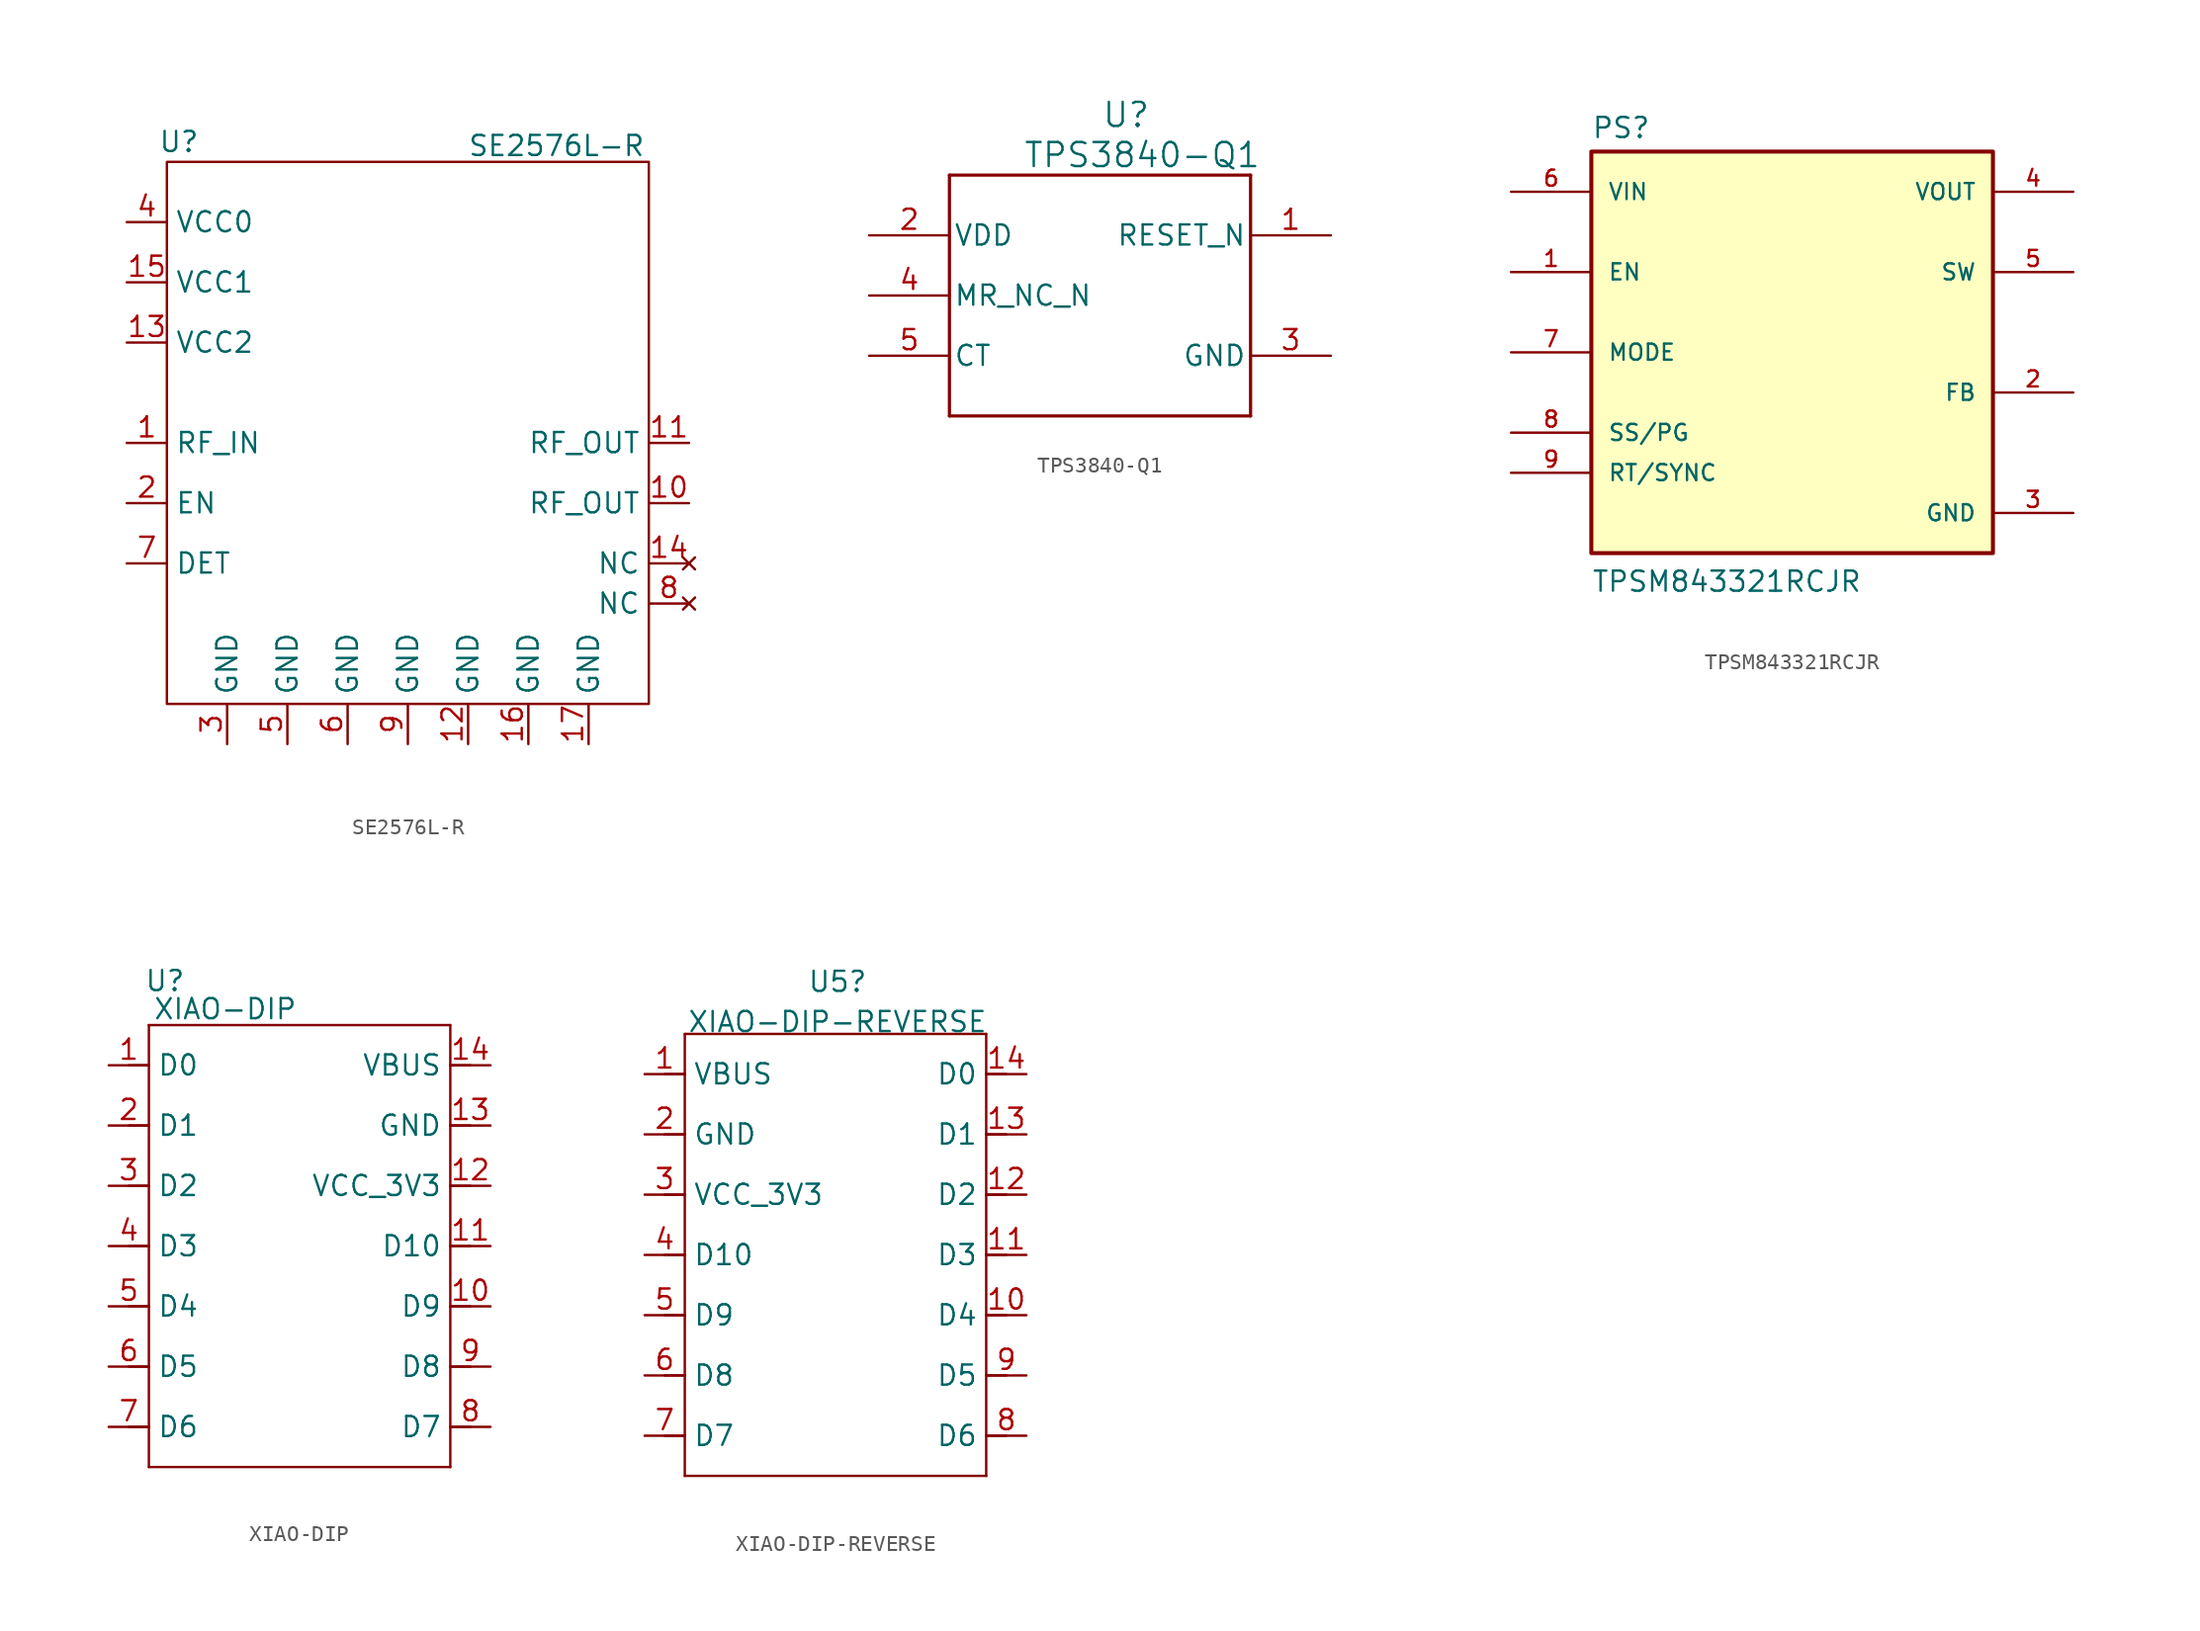
<source format=kicad_sym>
(kicad_symbol_lib
  (version 20241209)
  (generator "kicad_symbol_editor")
  (generator_version "9.0")
  (symbol "SE2576L-R"
    (property "Reference" "U"
      (at -10.668 30.48 0)
      (effects (font (size 1.27 1.27))))
    (property "Value" "SE2576L-R"
      (at 13.208 30.226 0)
      (effects (font (size 1.27 1.27))))
    (symbol "SE2576L-R_1_1"
      (rectangle (start -11.43 29.21) (end 19.05 -5.08) (stroke (width 0) (type solid)) (fill (type none)))
      (pin input line (at -13.97 25.4 0) (length 2.54) (name "VCC0" (effects (font (size 1.27 1.27)))) (number "4" (effects (font (size 1.27 1.27)))))
      (pin input line (at -13.97 21.59 0) (length 2.54) (name "VCC1" (effects (font (size 1.27 1.27)))) (number "15" (effects (font (size 1.27 1.27)))))
      (pin input line (at -13.97 17.78 0) (length 2.54) (name "VCC2" (effects (font (size 1.27 1.27)))) (number "13" (effects (font (size 1.27 1.27)))))
      (pin input line (at -13.97 11.43 0) (length 2.54) (name "RF_IN" (effects (font (size 1.27 1.27)))) (number "1" (effects (font (size 1.27 1.27)))))
      (pin input line (at -13.97 7.62 0) (length 2.54) (name "EN" (effects (font (size 1.27 1.27)))) (number "2" (effects (font (size 1.27 1.27)))))
      (pin input line (at -13.97 3.81 0) (length 2.54) (name "DET" (effects (font (size 1.27 1.27)))) (number "7" (effects (font (size 1.27 1.27)))))
      (pin input line (at -7.62 -7.62 90) (length 2.54) (name "GND" (effects (font (size 1.27 1.27)))) (number "3" (effects (font (size 1.27 1.27)))))
      (pin input line (at -3.81 -7.62 90) (length 2.54) (name "GND" (effects (font (size 1.27 1.27)))) (number "5" (effects (font (size 1.27 1.27)))))
      (pin input line (at 0 -7.62 90) (length 2.54) (name "GND" (effects (font (size 1.27 1.27)))) (number "6" (effects (font (size 1.27 1.27)))))
      (pin input line (at 3.81 -7.62 90) (length 2.54) (name "GND" (effects (font (size 1.27 1.27)))) (number "9" (effects (font (size 1.27 1.27)))))
      (pin input line (at 7.62 -7.62 90) (length 2.54) (name "GND" (effects (font (size 1.27 1.27)))) (number "12" (effects (font (size 1.27 1.27)))))
      (pin input line (at 11.43 -7.62 90) (length 2.54) (name "GND" (effects (font (size 1.27 1.27)))) (number "16" (effects (font (size 1.27 1.27)))))
      (pin input line (at 15.24 -7.62 90) (length 2.54) (name "GND" (effects (font (size 1.27 1.27)))) (number "17" (effects (font (size 1.27 1.27)))))
      (pin output line (at 21.59 11.43 180) (length 2.54) (name "RF_OUT" (effects (font (size 1.27 1.27)))) (number "11" (effects (font (size 1.27 1.27)))))
      (pin output line (at 21.59 7.62 180) (length 2.54) (name "RF_OUT" (effects (font (size 1.27 1.27)))) (number "10" (effects (font (size 1.27 1.27)))))
      (pin no_connect line (at 21.59 3.81 180) (length 2.54) (name "NC" (effects (font (size 1.27 1.27)))) (number "14" (effects (font (size 1.27 1.27)))))
      (pin no_connect line (at 21.59 1.27 180) (length 2.54) (name "NC" (effects (font (size 1.27 1.27)))) (number "8" (effects (font (size 1.27 1.27)))))))
  (symbol "TPS3840-Q1"
    (pin_names
      (offset 0.254))
    (property "Reference" "U"
      (at 16.256 8.89 0)
      (effects (font (size 1.524 1.524))))
    (property "Value" "TPS3840-Q1"
      (at 17.272 6.35 0)
      (effects (font (size 1.524 1.524))))
    (symbol "TPS3840-Q1_0_1"
      (polyline (pts (xy 5.08 5.08) (xy 5.08 -10.16)) (stroke (width 0.203) (type default)) (fill (type none)))
      (polyline (pts (xy 5.08 -10.16) (xy 24.13 -10.16)) (stroke (width 0.203) (type default)) (fill (type none)))
      (polyline (pts (xy 24.13 5.08) (xy 5.08 5.08)) (stroke (width 0.203) (type default)) (fill (type none)))
      (polyline (pts (xy 24.13 -10.16) (xy 24.13 5.08)) (stroke (width 0.203) (type default)) (fill (type none)))
      (pin power_in line (at 0 1.27 0) (length 5.08) (name "VDD" (effects (font (size 1.27 1.27)))) (number "2" (effects (font (size 1.27 1.27)))))
      (pin input line (at 0 -2.54 0) (length 5.08) (name "MR_NC_N" (effects (font (size 1.27 1.27)))) (number "4" (effects (font (size 1.27 1.27)))))
      (pin unspecified line (at 0 -6.35 0) (length 5.08) (name "CT" (effects (font (size 1.27 1.27)))) (number "5" (effects (font (size 1.27 1.27)))))
      (pin open_collector line (at 29.21 1.27 180) (length 5.08) (name "RESET_N" (effects (font (size 1.27 1.27)))) (number "1" (effects (font (size 1.27 1.27)))))
      (pin power_in line (at 29.21 -6.35 180) (length 5.08) (name "GND" (effects (font (size 1.27 1.27)))) (number "3" (effects (font (size 1.27 1.27)))))))
  (symbol "TPSM843321RCJR"
    (pin_names
      (offset 1.016))
    (property "Reference" "PS"
      (at -12.7 13.462 0)
      (effects (font (size 1.27 1.27)) (justify left bottom)))
    (property "Value" "TPSM843321RCJR"
      (at -12.7 -15.24 0)
      (effects (font (size 1.27 1.27)) (justify left bottom)))
    (symbol "TPSM843321RCJR_0_0"
      (rectangle (start -12.7 -12.7) (end 12.7 12.7) (stroke (width 0.254) (type default)) (fill (type background)))
      (pin input line (at -17.78 10.16 0) (length 5.08) (name "VIN" (effects (font (size 1.016 1.016)))) (number "6" (effects (font (size 1.016 1.016)))))
      (pin input line (at -17.78 5.08 0) (length 5.08) (name "EN" (effects (font (size 1.016 1.016)))) (number "1" (effects (font (size 1.016 1.016)))))
      (pin input line (at -17.78 0 0) (length 5.08) (name "MODE" (effects (font (size 1.016 1.016)))) (number "7" (effects (font (size 1.016 1.016)))))
      (pin passive line (at -17.78 -5.08 0) (length 5.08) (name "SS/PG" (effects (font (size 1.016 1.016)))) (number "8" (effects (font (size 1.016 1.016)))))
      (pin passive line (at -17.78 -7.62 0) (length 5.08) (name "RT/SYNC" (effects (font (size 1.016 1.016)))) (number "9" (effects (font (size 1.016 1.016)))))
      (pin output line (at 17.78 10.16 180) (length 5.08) (name "VOUT" (effects (font (size 1.016 1.016)))) (number "4" (effects (font (size 1.016 1.016)))))
      (pin output line (at 17.78 5.08 180) (length 5.08) (name "SW" (effects (font (size 1.016 1.016)))) (number "5" (effects (font (size 1.016 1.016)))))
      (pin input line (at 17.78 -2.54 180) (length 5.08) (name "FB" (effects (font (size 1.016 1.016)))) (number "2" (effects (font (size 1.016 1.016)))))
      (pin power_in line (at 17.78 -10.16 180) (length 5.08) (name "GND" (effects (font (size 1.016 1.016)))) (number "3" (effects (font (size 1.016 1.016)))))))
  (symbol "XIAO-DIP"
    (property "Reference" "U"
      (at 1.016 2.794 0)
      (effects (font (size 1.27 1.27))))
    (property "Value" "XIAO-DIP"
      (at 4.826 1.016 0)
      (effects (font (size 1.27 1.27))))
    (symbol "XIAO-DIP_1_0"
      (polyline (pts (xy 0 0) (xy 19.05 0)) (stroke (width 0.152) (type solid)) (fill (type none)))
      (polyline (pts (xy 0 -2.54) (xy -1.27 -2.54)) (stroke (width 0.152) (type solid)) (fill (type none)))
      (polyline (pts (xy 0 -2.54) (xy 0 0)) (stroke (width 0.152) (type solid)) (fill (type none)))
      (polyline (pts (xy 0 -6.35) (xy -1.27 -6.35)) (stroke (width 0.152) (type solid)) (fill (type none)))
      (polyline (pts (xy 0 -6.35) (xy 0 -2.54)) (stroke (width 0.152) (type solid)) (fill (type none)))
      (polyline (pts (xy 0 -10.16) (xy -1.27 -10.16)) (stroke (width 0.152) (type solid)) (fill (type none)))
      (polyline (pts (xy 0 -10.16) (xy 0 -6.35)) (stroke (width 0.152) (type solid)) (fill (type none)))
      (polyline (pts (xy 0 -13.97) (xy -1.27 -13.97)) (stroke (width 0.152) (type solid)) (fill (type none)))
      (polyline (pts (xy 0 -13.97) (xy 0 -10.16)) (stroke (width 0.152) (type solid)) (fill (type none)))
      (polyline (pts (xy 0 -17.78) (xy -1.27 -17.78)) (stroke (width 0.152) (type solid)) (fill (type none)))
      (polyline (pts (xy 0 -21.59) (xy -1.27 -21.59)) (stroke (width 0.152) (type solid)) (fill (type none)))
      (polyline (pts (xy 0 -25.4) (xy -1.27 -25.4)) (stroke (width 0.152) (type solid)) (fill (type none)))
      (polyline (pts (xy 0 -27.94) (xy 0 -13.97)) (stroke (width 0.152) (type solid)) (fill (type none)))
      (polyline (pts (xy 19.05 0) (xy 19.05 -2.54)) (stroke (width 0.152) (type solid)) (fill (type none)))
      (polyline (pts (xy 19.05 -2.54) (xy 19.05 -6.35)) (stroke (width 0.152) (type solid)) (fill (type none)))
      (polyline (pts (xy 19.05 -6.35) (xy 19.05 -10.16)) (stroke (width 0.152) (type solid)) (fill (type none)))
      (polyline (pts (xy 19.05 -10.16) (xy 19.05 -27.94)) (stroke (width 0.152) (type solid)) (fill (type none)))
      (polyline (pts (xy 19.05 -27.94) (xy 0 -27.94)) (stroke (width 0.152) (type solid)) (fill (type none)))
      (polyline (pts (xy 20.32 -2.54) (xy 19.05 -2.54)) (stroke (width 0.152) (type solid)) (fill (type none)))
      (polyline (pts (xy 20.32 -6.35) (xy 19.05 -6.35)) (stroke (width 0.152) (type solid)) (fill (type none)))
      (polyline (pts (xy 20.32 -10.16) (xy 19.05 -10.16)) (stroke (width 0.152) (type solid)) (fill (type none)))
      (polyline (pts (xy 20.32 -13.97) (xy 19.05 -13.97)) (stroke (width 0.152) (type solid)) (fill (type none)))
      (polyline (pts (xy 20.32 -17.78) (xy 19.05 -17.78)) (stroke (width 0.152) (type solid)) (fill (type none)))
      (polyline (pts (xy 20.32 -21.59) (xy 19.05 -21.59)) (stroke (width 0.152) (type solid)) (fill (type none)))
      (polyline (pts (xy 20.32 -25.4) (xy 19.05 -25.4)) (stroke (width 0.152) (type solid)) (fill (type none)))
      (pin passive line (at -2.54 -2.54 0) (length 2.54) (name "D0" (effects (font (size 1.27 1.27)))) (number "1" (effects (font (size 1.27 1.27)))))
      (pin passive line (at -2.54 -6.35 0) (length 2.54) (name "D1" (effects (font (size 1.27 1.27)))) (number "2" (effects (font (size 1.27 1.27)))))
      (pin passive line (at -2.54 -10.16 0) (length 2.54) (name "D2" (effects (font (size 1.27 1.27)))) (number "3" (effects (font (size 1.27 1.27)))))
      (pin passive line (at -2.54 -13.97 0) (length 2.54) (name "D3" (effects (font (size 1.27 1.27)))) (number "4" (effects (font (size 1.27 1.27)))))
      (pin passive line (at -2.54 -17.78 0) (length 2.54) (name "D4" (effects (font (size 1.27 1.27)))) (number "5" (effects (font (size 1.27 1.27)))))
      (pin passive line (at -2.54 -21.59 0) (length 2.54) (name "D5" (effects (font (size 1.27 1.27)))) (number "6" (effects (font (size 1.27 1.27)))))
      (pin passive line (at -2.54 -25.4 0) (length 2.54) (name "D6" (effects (font (size 1.27 1.27)))) (number "7" (effects (font (size 1.27 1.27)))))
      (pin passive line (at 21.59 -2.54 180) (length 2.54) (name "VBUS" (effects (font (size 1.27 1.27)))) (number "14" (effects (font (size 1.27 1.27)))))
      (pin passive line (at 21.59 -6.35 180) (length 2.54) (name "GND" (effects (font (size 1.27 1.27)))) (number "13" (effects (font (size 1.27 1.27)))))
      (pin passive line (at 21.59 -10.16 180) (length 2.54) (name "VCC_3V3" (effects (font (size 1.27 1.27)))) (number "12" (effects (font (size 1.27 1.27)))))
      (pin passive line (at 21.59 -13.97 180) (length 2.54) (name "D10" (effects (font (size 1.27 1.27)))) (number "11" (effects (font (size 1.27 1.27)))))
      (pin passive line (at 21.59 -17.78 180) (length 2.54) (name "D9" (effects (font (size 1.27 1.27)))) (number "10" (effects (font (size 1.27 1.27)))))
      (pin passive line (at 21.59 -21.59 180) (length 2.54) (name "D8" (effects (font (size 1.27 1.27)))) (number "9" (effects (font (size 1.27 1.27)))))
      (pin passive line (at 21.59 -25.4 180) (length 2.54) (name "D7" (effects (font (size 1.27 1.27)))) (number "8" (effects (font (size 1.27 1.27)))))))
  (symbol "XIAO-DIP-REVERSE"
    (property "Reference" "U5"
      (at 9.652 3.302 0)
      (effects (font (size 1.27 1.27))))
    (property "Value" "XIAO-DIP-REVERSE"
      (at 9.652 0.762 0)
      (effects (font (size 1.27 1.27))))
    (symbol "XIAO-DIP-REVERSE_1_0"
      (polyline (pts (xy 0 0) (xy 19.05 0)) (stroke (width 0.152) (type solid)) (fill (type none)))
      (polyline (pts (xy 0 -2.54) (xy -1.27 -2.54)) (stroke (width 0.152) (type solid)) (fill (type none)))
      (polyline (pts (xy 0 -2.54) (xy 0 0)) (stroke (width 0.152) (type solid)) (fill (type none)))
      (polyline (pts (xy 0 -6.35) (xy -1.27 -6.35)) (stroke (width 0.152) (type solid)) (fill (type none)))
      (polyline (pts (xy 0 -6.35) (xy 0 -2.54)) (stroke (width 0.152) (type solid)) (fill (type none)))
      (polyline (pts (xy 0 -10.16) (xy -1.27 -10.16)) (stroke (width 0.152) (type solid)) (fill (type none)))
      (polyline (pts (xy 0 -10.16) (xy 0 -6.35)) (stroke (width 0.152) (type solid)) (fill (type none)))
      (polyline (pts (xy 0 -13.97) (xy -1.27 -13.97)) (stroke (width 0.152) (type solid)) (fill (type none)))
      (polyline (pts (xy 0 -13.97) (xy 0 -10.16)) (stroke (width 0.152) (type solid)) (fill (type none)))
      (polyline (pts (xy 0 -17.78) (xy -1.27 -17.78)) (stroke (width 0.152) (type solid)) (fill (type none)))
      (polyline (pts (xy 0 -21.59) (xy -1.27 -21.59)) (stroke (width 0.152) (type solid)) (fill (type none)))
      (polyline (pts (xy 0 -25.4) (xy -1.27 -25.4)) (stroke (width 0.152) (type solid)) (fill (type none)))
      (polyline (pts (xy 0 -27.94) (xy 0 -13.97)) (stroke (width 0.152) (type solid)) (fill (type none)))
      (polyline (pts (xy 19.05 0) (xy 19.05 -2.54)) (stroke (width 0.152) (type solid)) (fill (type none)))
      (polyline (pts (xy 19.05 -2.54) (xy 19.05 -6.35)) (stroke (width 0.152) (type solid)) (fill (type none)))
      (polyline (pts (xy 19.05 -6.35) (xy 19.05 -10.16)) (stroke (width 0.152) (type solid)) (fill (type none)))
      (polyline (pts (xy 19.05 -10.16) (xy 19.05 -27.94)) (stroke (width 0.152) (type solid)) (fill (type none)))
      (polyline (pts (xy 19.05 -27.94) (xy 0 -27.94)) (stroke (width 0.152) (type solid)) (fill (type none)))
      (polyline (pts (xy 20.32 -2.54) (xy 19.05 -2.54)) (stroke (width 0.152) (type solid)) (fill (type none)))
      (polyline (pts (xy 20.32 -6.35) (xy 19.05 -6.35)) (stroke (width 0.152) (type solid)) (fill (type none)))
      (polyline (pts (xy 20.32 -10.16) (xy 19.05 -10.16)) (stroke (width 0.152) (type solid)) (fill (type none)))
      (polyline (pts (xy 20.32 -13.97) (xy 19.05 -13.97)) (stroke (width 0.152) (type solid)) (fill (type none)))
      (polyline (pts (xy 20.32 -17.78) (xy 19.05 -17.78)) (stroke (width 0.152) (type solid)) (fill (type none)))
      (polyline (pts (xy 20.32 -21.59) (xy 19.05 -21.59)) (stroke (width 0.152) (type solid)) (fill (type none)))
      (polyline (pts (xy 20.32 -25.4) (xy 19.05 -25.4)) (stroke (width 0.152) (type solid)) (fill (type none)))
      (pin passive line (at -2.54 -2.54 0) (length 2.54) (name "VBUS" (effects (font (size 1.27 1.27)))) (number "1" (effects (font (size 1.27 1.27)))))
      (pin passive line (at -2.54 -6.35 0) (length 2.54) (name "GND" (effects (font (size 1.27 1.27)))) (number "2" (effects (font (size 1.27 1.27)))))
      (pin passive line (at -2.54 -10.16 0) (length 2.54) (name "VCC_3V3" (effects (font (size 1.27 1.27)))) (number "3" (effects (font (size 1.27 1.27)))))
      (pin passive line (at -2.54 -13.97 0) (length 2.54) (name "D10" (effects (font (size 1.27 1.27)))) (number "4" (effects (font (size 1.27 1.27)))))
      (pin passive line (at -2.54 -17.78 0) (length 2.54) (name "D9" (effects (font (size 1.27 1.27)))) (number "5" (effects (font (size 1.27 1.27)))))
      (pin passive line (at -2.54 -21.59 0) (length 2.54) (name "D8" (effects (font (size 1.27 1.27)))) (number "6" (effects (font (size 1.27 1.27)))))
      (pin passive line (at -2.54 -25.4 0) (length 2.54) (name "D7" (effects (font (size 1.27 1.27)))) (number "7" (effects (font (size 1.27 1.27)))))
      (pin passive line (at 21.59 -2.54 180) (length 2.54) (name "D0" (effects (font (size 1.27 1.27)))) (number "14" (effects (font (size 1.27 1.27)))))
      (pin passive line (at 21.59 -6.35 180) (length 2.54) (name "D1" (effects (font (size 1.27 1.27)))) (number "13" (effects (font (size 1.27 1.27)))))
      (pin passive line (at 21.59 -10.16 180) (length 2.54) (name "D2" (effects (font (size 1.27 1.27)))) (number "12" (effects (font (size 1.27 1.27)))))
      (pin passive line (at 21.59 -13.97 180) (length 2.54) (name "D3" (effects (font (size 1.27 1.27)))) (number "11" (effects (font (size 1.27 1.27)))))
      (pin passive line (at 21.59 -17.78 180) (length 2.54) (name "D4" (effects (font (size 1.27 1.27)))) (number "10" (effects (font (size 1.27 1.27)))))
      (pin passive line (at 21.59 -21.59 180) (length 2.54) (name "D5" (effects (font (size 1.27 1.27)))) (number "9" (effects (font (size 1.27 1.27)))))
      (pin passive line (at 21.59 -25.4 180) (length 2.54) (name "D6" (effects (font (size 1.27 1.27)))) (number "8" (effects (font (size 1.27 1.27))))))))
</source>
